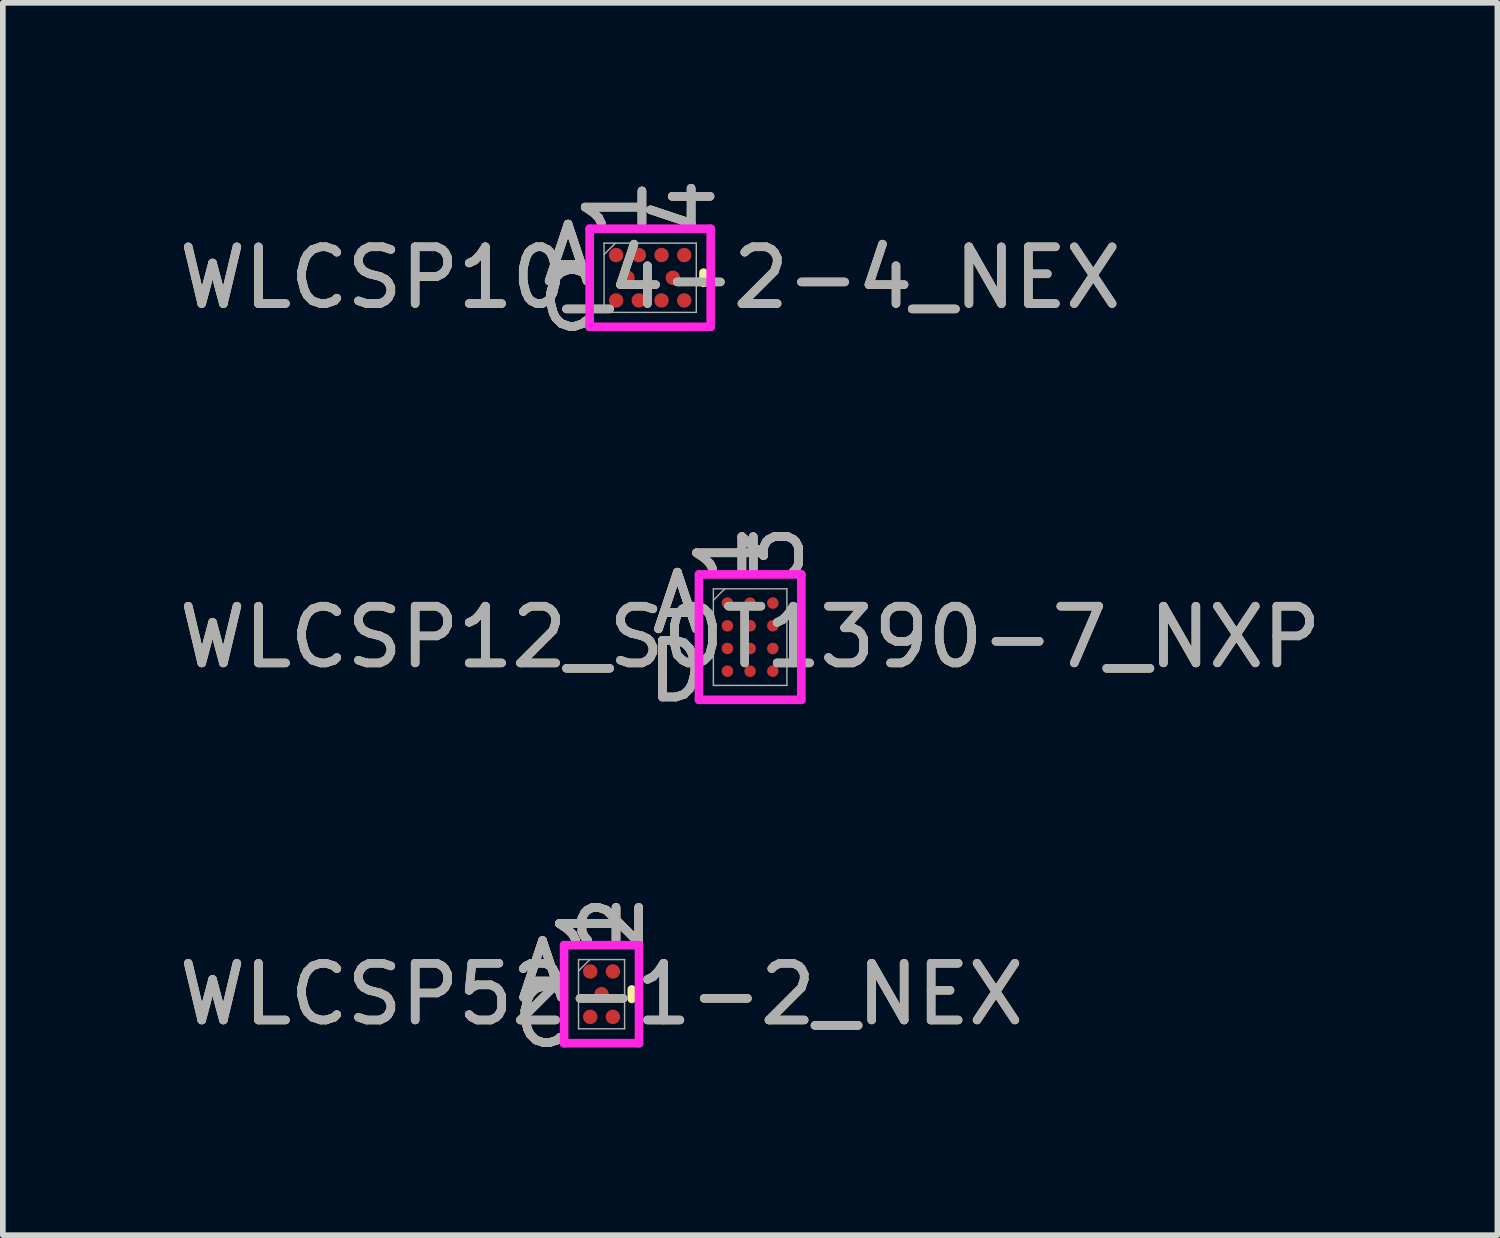
<source format=kicad_pcb>
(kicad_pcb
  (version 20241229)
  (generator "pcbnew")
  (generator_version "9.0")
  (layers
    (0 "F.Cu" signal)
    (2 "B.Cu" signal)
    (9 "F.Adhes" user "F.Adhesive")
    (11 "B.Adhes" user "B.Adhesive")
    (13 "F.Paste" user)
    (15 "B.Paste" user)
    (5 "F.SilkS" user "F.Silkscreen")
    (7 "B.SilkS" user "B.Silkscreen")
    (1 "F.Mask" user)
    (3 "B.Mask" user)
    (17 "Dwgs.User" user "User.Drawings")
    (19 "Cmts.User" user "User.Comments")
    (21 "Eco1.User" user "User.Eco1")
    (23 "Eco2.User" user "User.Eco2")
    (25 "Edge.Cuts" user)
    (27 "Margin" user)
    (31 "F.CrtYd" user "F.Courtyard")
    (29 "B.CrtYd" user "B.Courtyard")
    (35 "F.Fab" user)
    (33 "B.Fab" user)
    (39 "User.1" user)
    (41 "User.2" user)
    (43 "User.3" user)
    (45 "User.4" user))
  (footprint "WLCSP52-1-2_NEX"
    (layer "F.Cu")
    (at 7.554 14.475)
    (property "Reference" "WLCSP52-1-2_NEX" (at 0 0 0) (unlocked yes) (layer "F.SilkS") (effects (font (size 1 1) (thickness 0.15))))
    (attr smd)
    (fp_line (start 0.533 0.083) (end 0.533 -0.083) (stroke (width 0.152) (type solid)) (layer "F.SilkS"))
    (fp_poly (pts (xy -0.845 -1.044) (xy 0.845 -1.044) (xy 0.845 1.044) (xy -0.845 1.044)) (stroke (width 0.1) (type solid)) (fill no) (layer "Eco2.User"))
    (fp_line (start -0.66 -0.864) (end 0.66 -0.864) (stroke (width 0.152) (type solid)) (layer "F.CrtYd"))
    (fp_line (start -0.66 0.864) (end -0.66 -0.864) (stroke (width 0.152) (type solid)) (layer "F.CrtYd"))
    (fp_line (start 0.66 -0.864) (end 0.66 0.864) (stroke (width 0.152) (type solid)) (layer "F.CrtYd"))
    (fp_line (start 0.66 0.864) (end -0.66 0.864) (stroke (width 0.152) (type solid)) (layer "F.CrtYd"))
    (fp_line (start -0.406 -0.61) (end -0.406 0.61) (stroke (width 0.025) (type solid)) (layer "F.Fab"))
    (fp_line (start -0.406 0.61) (end 0.406 0.61) (stroke (width 0.025) (type solid)) (layer "F.Fab"))
    (fp_line (start -0.206 -0.61) (end -0.406 -0.41) (stroke (width 0.025) (type solid)) (layer "F.Fab"))
    (fp_line (start 0.406 -0.61) (end -0.406 -0.61) (stroke (width 0.025) (type solid)) (layer "F.Fab"))
    (fp_line (start 0.406 0.61) (end 0.406 -0.61) (stroke (width 0.025) (type solid)) (layer "F.Fab"))
    (fp_text user "1" (at -0.2 -1.245 90) (unlocked yes) (layer "F.SilkS") (effects (font (size 1 1) (thickness 0.15))))
    (fp_text user "C" (at -1.041 0.4 0) (unlocked yes) (layer "F.SilkS") (effects (font (size 1 1) (thickness 0.15))))
    (fp_text user "A" (at -1.041 -0.4 0) (unlocked yes) (layer "F.SilkS") (effects (font (size 1 1) (thickness 0.15))))
    (fp_text user "2" (at 0.2 -1.245 90) (unlocked yes) (layer "F.SilkS") (effects (font (size 1 1) (thickness 0.15))))
    (fp_text user "C" (at -1.041 0.4 0) (unlocked yes) (layer "B.SilkS") (effects (font (size 1 1) (thickness 0.15))))
    (fp_text user "A" (at -1.041 -0.4 0) (unlocked yes) (layer "B.SilkS") (effects (font (size 1 1) (thickness 0.15))))
    (fp_text user "1" (at -0.2 -1.245 90) (unlocked yes) (layer "B.SilkS") (effects (font (size 1 1) (thickness 0.15))))
    (fp_text user "2" (at 0.2 -1.245 90) (unlocked yes) (layer "B.SilkS") (effects (font (size 1 1) (thickness 0.15))))
    (fp_text user "1" (at -0.2 -1.245 90) (unlocked yes) (layer "F.Fab") (effects (font (size 1 1) (thickness 0.15))))
    (fp_text user "C" (at -1.041 0.4 0) (unlocked yes) (layer "F.Fab") (effects (font (size 1 1) (thickness 0.15))))
    (fp_text user "2" (at 0.2 -1.245 90) (unlocked yes) (layer "F.Fab") (effects (font (size 1 1) (thickness 0.15))))
    (fp_text user "A" (at -1.041 -0.4 0) (unlocked yes) (layer "F.Fab") (effects (font (size 1 1) (thickness 0.15))))
    (fp_text user "${REFERENCE}" (at 0 0 0) (unlocked yes) (layer "F.Fab") (effects (font (size 1 1) (thickness 0.15))))
    (pad "A1" smd circle (at -0.2 -0.4) (size 0.254 0.254) (layers "F.Cu" "F.Mask" "F.Paste"))
    (pad "A2" smd circle (at 0.2 -0.4) (size 0.254 0.254) (layers "F.Cu" "F.Mask" "F.Paste"))
    (pad "B1" smd circle (at 0 0) (size 0.254 0.254) (layers "F.Cu" "F.Mask" "F.Paste"))
    (pad "C1" smd circle (at -0.2 0.4) (size 0.254 0.254) (layers "F.Cu" "F.Mask" "F.Paste"))
    (pad "C2" smd circle (at 0.2 0.4) (size 0.254 0.254) (layers "F.Cu" "F.Mask" "F.Paste")))
  (footprint "WLCSP12_SOT1390-7_NXP"
    (layer "F.Cu")
    (at 10.173 8.181)
    (property "Reference" "WLCSP12_SOT1390-7_NXP" (at 0 0 0) (unlocked yes) (layer "F.SilkS") (effects (font (size 1 1) (thickness 0.15))))
    (attr smd)
    (fp_poly (pts (xy -1.044 -1.244) (xy 1.044 -1.244) (xy 1.044 1.244) (xy -1.044 1.244)) (stroke (width 0.1) (type solid)) (fill no) (layer "Eco2.User"))
    (fp_line (start -0.902 -1.105) (end 0.902 -1.105) (stroke (width 0.152) (type solid)) (layer "F.CrtYd"))
    (fp_line (start -0.902 1.105) (end -0.902 -1.105) (stroke (width 0.152) (type solid)) (layer "F.CrtYd"))
    (fp_line (start 0.902 -1.105) (end 0.902 1.105) (stroke (width 0.152) (type solid)) (layer "F.CrtYd"))
    (fp_line (start 0.902 1.105) (end -0.902 1.105) (stroke (width 0.152) (type solid)) (layer "F.CrtYd"))
    (fp_line (start -0.648 -0.851) (end -0.648 0.851) (stroke (width 0.025) (type solid)) (layer "F.Fab"))
    (fp_line (start -0.648 0.851) (end 0.648 0.851) (stroke (width 0.025) (type solid)) (layer "F.Fab"))
    (fp_line (start -0.448 -0.851) (end -0.648 -0.651) (stroke (width 0.025) (type solid)) (layer "F.Fab"))
    (fp_line (start 0.648 -0.851) (end -0.648 -0.851) (stroke (width 0.025) (type solid)) (layer "F.Fab"))
    (fp_line (start 0.648 0.851) (end 0.648 -0.851) (stroke (width 0.025) (type solid)) (layer "F.Fab"))
    (fp_text user "1" (at -0.4 -1.486 90) (unlocked yes) (layer "F.SilkS") (effects (font (size 1 1) (thickness 0.15))))
    (fp_text user "3" (at 0.4 -1.486 90) (unlocked yes) (layer "F.SilkS") (effects (font (size 1 1) (thickness 0.15))))
    (fp_text user "D" (at -1.283 0.6 0) (unlocked yes) (layer "F.SilkS") (effects (font (size 1 1) (thickness 0.15))))
    (fp_text user "A" (at -1.283 -0.6 0) (unlocked yes) (layer "F.SilkS") (effects (font (size 1 1) (thickness 0.15))))
    (fp_text user "A" (at -1.283 -0.6 0) (unlocked yes) (layer "B.SilkS") (effects (font (size 1 1) (thickness 0.15))))
    (fp_text user "1" (at -0.4 -1.486 90) (unlocked yes) (layer "B.SilkS") (effects (font (size 1 1) (thickness 0.15))))
    (fp_text user "D" (at -1.283 0.6 0) (unlocked yes) (layer "B.SilkS") (effects (font (size 1 1) (thickness 0.15))))
    (fp_text user "3" (at 0.4 -1.486 90) (unlocked yes) (layer "B.SilkS") (effects (font (size 1 1) (thickness 0.15))))
    (fp_text user "${REFERENCE}" (at 0 0 0) (unlocked yes) (layer "F.Fab") (effects (font (size 1 1) (thickness 0.15))))
    (fp_text user "1" (at -0.4 -1.486 90) (unlocked yes) (layer "F.Fab") (effects (font (size 1 1) (thickness 0.15))))
    (fp_text user "D" (at -1.283 0.6 0) (unlocked yes) (layer "F.Fab") (effects (font (size 1 1) (thickness 0.15))))
    (fp_text user "3" (at 0.4 -1.486 90) (unlocked yes) (layer "F.Fab") (effects (font (size 1 1) (thickness 0.15))))
    (fp_text user "A" (at -1.283 -0.6 0) (unlocked yes) (layer "F.Fab") (effects (font (size 1 1) (thickness 0.15))))
    (pad "A1" smd circle (at -0.4 -0.6) (size 0.203 0.203) (layers "F.Cu" "F.Mask" "F.Paste"))
    (pad "A2" smd circle (at 0 -0.6) (size 0.203 0.203) (layers "F.Cu" "F.Mask" "F.Paste"))
    (pad "A3" smd circle (at 0.4 -0.6) (size 0.203 0.203) (layers "F.Cu" "F.Mask" "F.Paste"))
    (pad "B1" smd circle (at -0.4 -0.2) (size 0.203 0.203) (layers "F.Cu" "F.Mask" "F.Paste"))
    (pad "B2" smd circle (at 0 -0.2) (size 0.203 0.203) (layers "F.Cu" "F.Mask" "F.Paste"))
    (pad "B3" smd circle (at 0.4 -0.2) (size 0.203 0.203) (layers "F.Cu" "F.Mask" "F.Paste"))
    (pad "C1" smd circle (at -0.4 0.2) (size 0.203 0.203) (layers "F.Cu" "F.Mask" "F.Paste"))
    (pad "C2" smd circle (at 0 0.2) (size 0.203 0.203) (layers "F.Cu" "F.Mask" "F.Paste"))
    (pad "C3" smd circle (at 0.4 0.2) (size 0.203 0.203) (layers "F.Cu" "F.Mask" "F.Paste"))
    (pad "D1" smd circle (at -0.4 0.6) (size 0.203 0.203) (layers "F.Cu" "F.Mask" "F.Paste"))
    (pad "D2" smd circle (at 0 0.6) (size 0.203 0.203) (layers "F.Cu" "F.Mask" "F.Paste"))
    (pad "D3" smd circle (at 0.4 0.6) (size 0.203 0.203) (layers "F.Cu" "F.Mask" "F.Paste")))
  (footprint "WLCSP10_4-2-4_NEX"
    (layer "F.Cu")
    (at 8.411 1.846)
    (property "Reference" "WLCSP10_4-2-4_NEX" (at 0 0 0) (unlocked yes) (layer "F.SilkS") (effects (font (size 1 1) (thickness 0.15))))
    (attr smd)
    (fp_line (start 0.94 0.09) (end 0.94 -0.09) (stroke (width 0.152) (type solid)) (layer "F.SilkS"))
    (fp_poly (pts (xy -1.244 -1.044) (xy 1.244 -1.044) (xy 1.244 1.044) (xy -1.244 1.044)) (stroke (width 0.1) (type solid)) (fill no) (layer "Eco2.User"))
    (fp_line (start -1.067 -0.864) (end 1.067 -0.864) (stroke (width 0.152) (type solid)) (layer "F.CrtYd"))
    (fp_line (start -1.067 0.864) (end -1.067 -0.864) (stroke (width 0.152) (type solid)) (layer "F.CrtYd"))
    (fp_line (start 1.067 -0.864) (end 1.067 0.864) (stroke (width 0.152) (type solid)) (layer "F.CrtYd"))
    (fp_line (start 1.067 0.864) (end -1.067 0.864) (stroke (width 0.152) (type solid)) (layer "F.CrtYd"))
    (fp_line (start -0.813 -0.61) (end -0.813 0.61) (stroke (width 0.025) (type solid)) (layer "F.Fab"))
    (fp_line (start -0.813 0.61) (end 0.813 0.61) (stroke (width 0.025) (type solid)) (layer "F.Fab"))
    (fp_line (start -0.613 -0.61) (end -0.813 -0.41) (stroke (width 0.025) (type solid)) (layer "F.Fab"))
    (fp_line (start 0.813 -0.61) (end -0.813 -0.61) (stroke (width 0.025) (type solid)) (layer "F.Fab"))
    (fp_line (start 0.813 0.61) (end 0.813 -0.61) (stroke (width 0.025) (type solid)) (layer "F.Fab"))
    (fp_text user "A" (at -1.448 -0.4 0) (unlocked yes) (layer "F.SilkS") (effects (font (size 1 1) (thickness 0.15))))
    (fp_text user "4" (at 0.6 -1.245 90) (unlocked yes) (layer "F.SilkS") (effects (font (size 1 1) (thickness 0.15))))
    (fp_text user "C" (at -1.448 0.4 0) (unlocked yes) (layer "F.SilkS") (effects (font (size 1 1) (thickness 0.15))))
    (fp_text user "1" (at -0.6 -1.245 90) (unlocked yes) (layer "F.SilkS") (effects (font (size 1 1) (thickness 0.15))))
    (fp_text user "A" (at -1.448 -0.4 0) (unlocked yes) (layer "B.SilkS") (effects (font (size 1 1) (thickness 0.15))))
    (fp_text user "1" (at -0.6 -1.245 90) (unlocked yes) (layer "B.SilkS") (effects (font (size 1 1) (thickness 0.15))))
    (fp_text user "C" (at -1.448 0.4 0) (unlocked yes) (layer "B.SilkS") (effects (font (size 1 1) (thickness 0.15))))
    (fp_text user "4" (at 0.6 -1.245 90) (unlocked yes) (layer "B.SilkS") (effects (font (size 1 1) (thickness 0.15))))
    (fp_text user "4" (at 0.6 -1.245 90) (unlocked yes) (layer "F.Fab") (effects (font (size 1 1) (thickness 0.15))))
    (fp_text user "C" (at -1.448 0.4 0) (unlocked yes) (layer "F.Fab") (effects (font (size 1 1) (thickness 0.15))))
    (fp_text user "A" (at -1.448 -0.4 0) (unlocked yes) (layer "F.Fab") (effects (font (size 1 1) (thickness 0.15))))
    (fp_text user "${REFERENCE}" (at 0 0 0) (unlocked yes) (layer "F.Fab") (effects (font (size 1 1) (thickness 0.15))))
    (fp_text user "1" (at -0.6 -1.245 90) (unlocked yes) (layer "F.Fab") (effects (font (size 1 1) (thickness 0.15))))
    (pad "A1" smd circle (at -0.6 -0.4) (size 0.254 0.254) (layers "F.Cu" "F.Mask" "F.Paste"))
    (pad "A2" smd circle (at -0.2 -0.4) (size 0.254 0.254) (layers "F.Cu" "F.Mask" "F.Paste"))
    (pad "A3" smd circle (at 0.2 -0.4) (size 0.254 0.254) (layers "F.Cu" "F.Mask" "F.Paste"))
    (pad "A4" smd circle (at 0.6 -0.4) (size 0.254 0.254) (layers "F.Cu" "F.Mask" "F.Paste"))
    (pad "B1" smd circle (at -0.4 0) (size 0.254 0.254) (layers "F.Cu" "F.Mask" "F.Paste"))
    (pad "B2" smd circle (at 0.4 0) (size 0.254 0.254) (layers "F.Cu" "F.Mask" "F.Paste"))
    (pad "C1" smd circle (at -0.6 0.4) (size 0.254 0.254) (layers "F.Cu" "F.Mask" "F.Paste"))
    (pad "C2" smd circle (at -0.2 0.4) (size 0.254 0.254) (layers "F.Cu" "F.Mask" "F.Paste"))
    (pad "C3" smd circle (at 0.2 0.4) (size 0.254 0.254) (layers "F.Cu" "F.Mask" "F.Paste"))
    (pad "C4" smd circle (at 0.6 0.4) (size 0.254 0.254) (layers "F.Cu" "F.Mask" "F.Paste")))
  (gr_rect
    (start -3 -3)
    (end 23.345 18.723)
    (stroke (width 0.1) (type default))
    (fill no)
    (layer "Edge.Cuts")))
</source>
